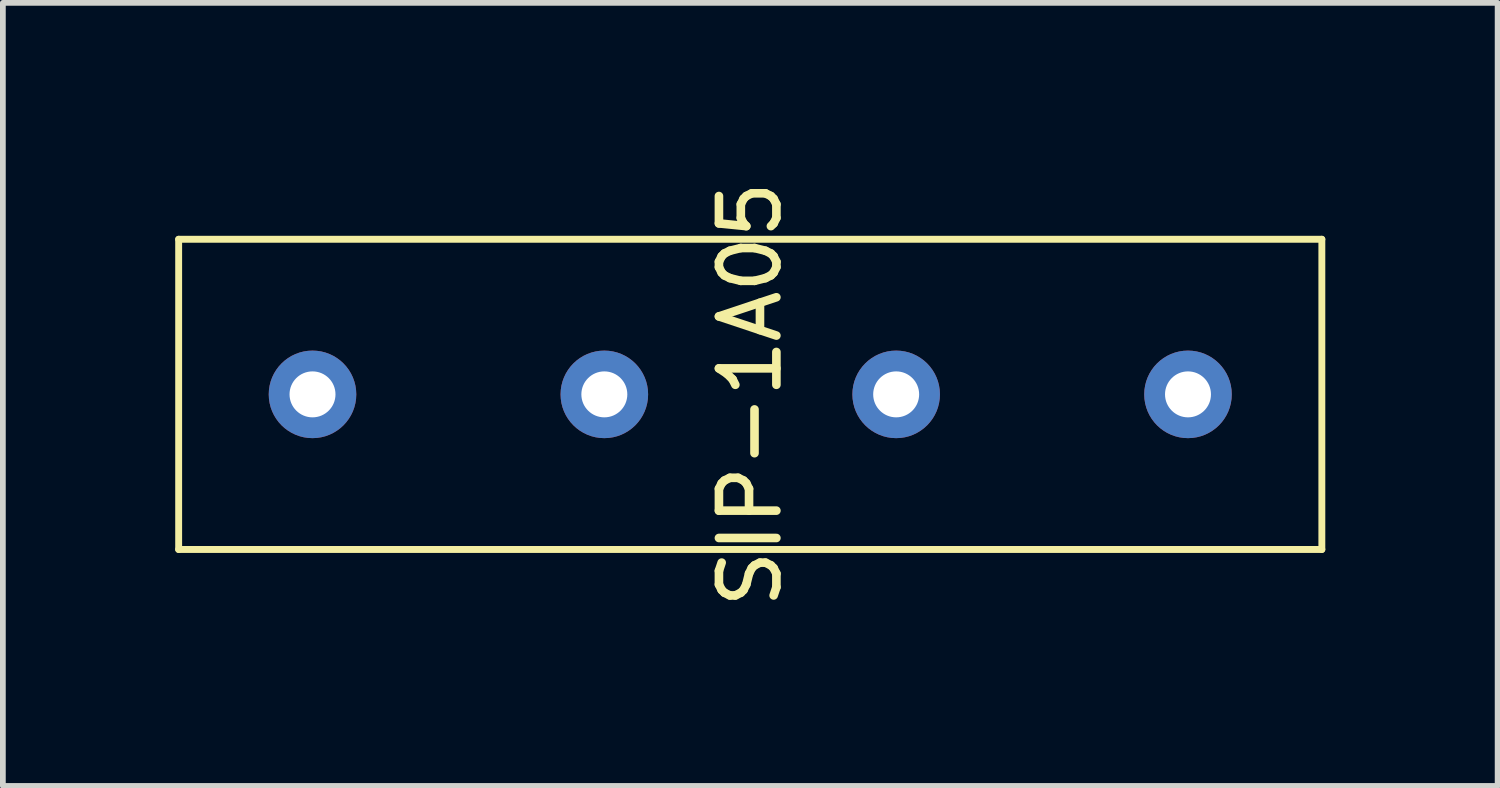
<source format=kicad_pcb>
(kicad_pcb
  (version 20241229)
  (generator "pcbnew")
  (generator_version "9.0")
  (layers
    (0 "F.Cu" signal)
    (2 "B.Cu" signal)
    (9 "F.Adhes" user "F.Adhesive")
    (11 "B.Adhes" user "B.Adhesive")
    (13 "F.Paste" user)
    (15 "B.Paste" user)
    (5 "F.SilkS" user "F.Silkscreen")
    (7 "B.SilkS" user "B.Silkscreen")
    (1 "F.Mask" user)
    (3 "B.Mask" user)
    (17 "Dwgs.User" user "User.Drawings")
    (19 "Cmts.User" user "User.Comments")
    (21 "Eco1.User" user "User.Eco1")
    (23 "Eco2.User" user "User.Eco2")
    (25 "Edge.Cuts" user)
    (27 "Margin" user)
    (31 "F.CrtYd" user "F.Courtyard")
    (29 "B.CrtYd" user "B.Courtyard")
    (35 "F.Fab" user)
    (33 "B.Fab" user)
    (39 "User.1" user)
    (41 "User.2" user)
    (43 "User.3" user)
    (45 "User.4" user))
  (footprint "SIP-1A05"
    (layer "F.Cu")
    (at 10.01 3.815)
    (property "Reference" "SIP-1A05" (at 0 0 90) (layer "F.SilkS") (effects (font (size 1 1) (thickness 0.15))))
    (attr through_hole)
    (fp_line (start -9.95 -2.7) (end 9.95 -2.7) (stroke (width 0.12) (type solid)) (layer "F.SilkS"))
    (fp_line (start -9.95 2.7) (end -9.95 -2.7) (stroke (width 0.12) (type solid)) (layer "F.SilkS"))
    (fp_line (start 9.95 -2.7) (end 9.95 2.7) (stroke (width 0.12) (type solid)) (layer "F.SilkS"))
    (fp_line (start 9.95 2.7) (end -9.95 2.7) (stroke (width 0.12) (type solid)) (layer "F.SilkS"))
    (pad "1" thru_hole circle (at -7.62 0) (size 1.524 1.524) (drill 0.8) (layers "*.Cu" "*.Mask"))
    (pad "2" thru_hole circle (at -2.54 0) (size 1.524 1.524) (drill 0.8) (layers "*.Cu" "*.Mask"))
    (pad "3" thru_hole circle (at 2.54 0) (size 1.524 1.524) (drill 0.8) (layers "*.Cu" "*.Mask"))
    (pad "4" thru_hole circle (at 7.62 0) (size 1.524 1.524) (drill 0.8) (layers "*.Cu" "*.Mask")))
  (gr_rect
    (start -3 -3)
    (end 23.02 10.631)
    (stroke (width 0.1) (type default))
    (fill no)
    (layer "Edge.Cuts")))
</source>
